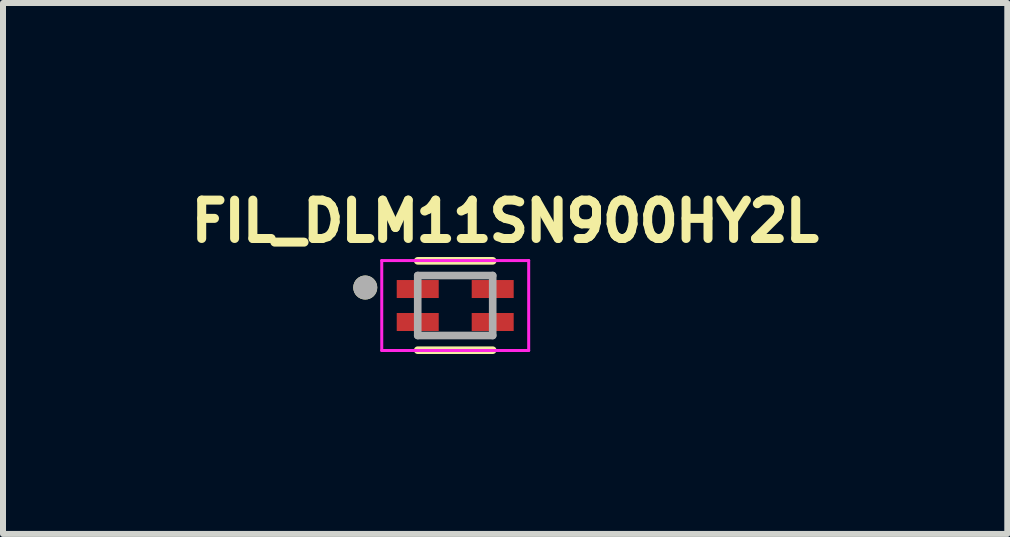
<source format=kicad_pcb>
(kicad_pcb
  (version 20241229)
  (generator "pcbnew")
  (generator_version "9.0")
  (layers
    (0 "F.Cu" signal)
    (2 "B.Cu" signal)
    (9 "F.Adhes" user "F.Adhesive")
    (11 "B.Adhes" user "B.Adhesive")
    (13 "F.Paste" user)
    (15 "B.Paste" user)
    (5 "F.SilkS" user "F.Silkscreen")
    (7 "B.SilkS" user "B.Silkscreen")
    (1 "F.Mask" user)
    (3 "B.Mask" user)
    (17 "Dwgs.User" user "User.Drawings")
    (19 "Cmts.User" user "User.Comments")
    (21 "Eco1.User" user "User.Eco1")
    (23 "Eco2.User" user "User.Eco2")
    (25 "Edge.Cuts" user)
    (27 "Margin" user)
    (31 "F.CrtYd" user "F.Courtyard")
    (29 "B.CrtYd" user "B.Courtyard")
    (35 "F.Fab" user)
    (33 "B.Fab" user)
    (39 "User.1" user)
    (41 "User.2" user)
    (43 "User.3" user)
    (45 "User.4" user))
  (footprint "FIL_DLM11SN900HY2L"
    (layer "F.Cu")
    (at 4.54 2.044)
    (property "Reference" "FIL_DLM11SN900HY2L" (at 0.832 -1.406 0) (layer "F.SilkS") (effects (font (size 0.64 0.64) (thickness 0.15))))
    (attr smd)
    (fp_line (start -0.625 0.745) (end 0.625 0.745) (stroke (width 0.127) (type solid)) (layer "F.SilkS"))
    (fp_line (start 0.625 -0.745) (end -0.625 -0.745) (stroke (width 0.127) (type solid)) (layer "F.SilkS"))
    (fp_circle (center -1.5 -0.3) (end -1.4 -0.3) (stroke (width 0.2) (type solid)) (fill no) (layer "F.SilkS"))
    (fp_line (start -1.225 -0.75) (end -1.225 0.75) (stroke (width 0.05) (type solid)) (layer "F.CrtYd"))
    (fp_line (start -1.225 0.75) (end 1.225 0.75) (stroke (width 0.05) (type solid)) (layer "F.CrtYd"))
    (fp_line (start 1.225 -0.75) (end -1.225 -0.75) (stroke (width 0.05) (type solid)) (layer "F.CrtYd"))
    (fp_line (start 1.225 0.75) (end 1.225 -0.75) (stroke (width 0.05) (type solid)) (layer "F.CrtYd"))
    (fp_line (start -0.625 -0.5) (end -0.625 0.5) (stroke (width 0.127) (type solid)) (layer "F.Fab"))
    (fp_line (start -0.625 0.5) (end 0.625 0.5) (stroke (width 0.127) (type solid)) (layer "F.Fab"))
    (fp_line (start 0.625 -0.5) (end -0.625 -0.5) (stroke (width 0.127) (type solid)) (layer "F.Fab"))
    (fp_line (start 0.625 0.5) (end 0.625 -0.5) (stroke (width 0.127) (type solid)) (layer "F.Fab"))
    (fp_circle (center -1.5 -0.3) (end -1.4 -0.3) (stroke (width 0.2) (type solid)) (fill no) (layer "F.Fab"))
    (pad "1" smd rect (at -0.625 -0.275) (size 0.7 0.3) (layers "F.Cu" "F.Mask" "F.Paste"))
    (pad "2" smd rect (at 0.625 -0.275) (size 0.7 0.3) (layers "F.Cu" "F.Mask" "F.Paste"))
    (pad "3" smd rect (at 0.625 0.275) (size 0.7 0.3) (layers "F.Cu" "F.Mask" "F.Paste"))
    (pad "4" smd rect (at -0.625 0.275) (size 0.7 0.3) (layers "F.Cu" "F.Mask" "F.Paste")))
  (gr_rect
    (start -3 -3)
    (end 13.745 5.853)
    (stroke (width 0.1) (type default))
    (fill no)
    (layer "Edge.Cuts")))
</source>
